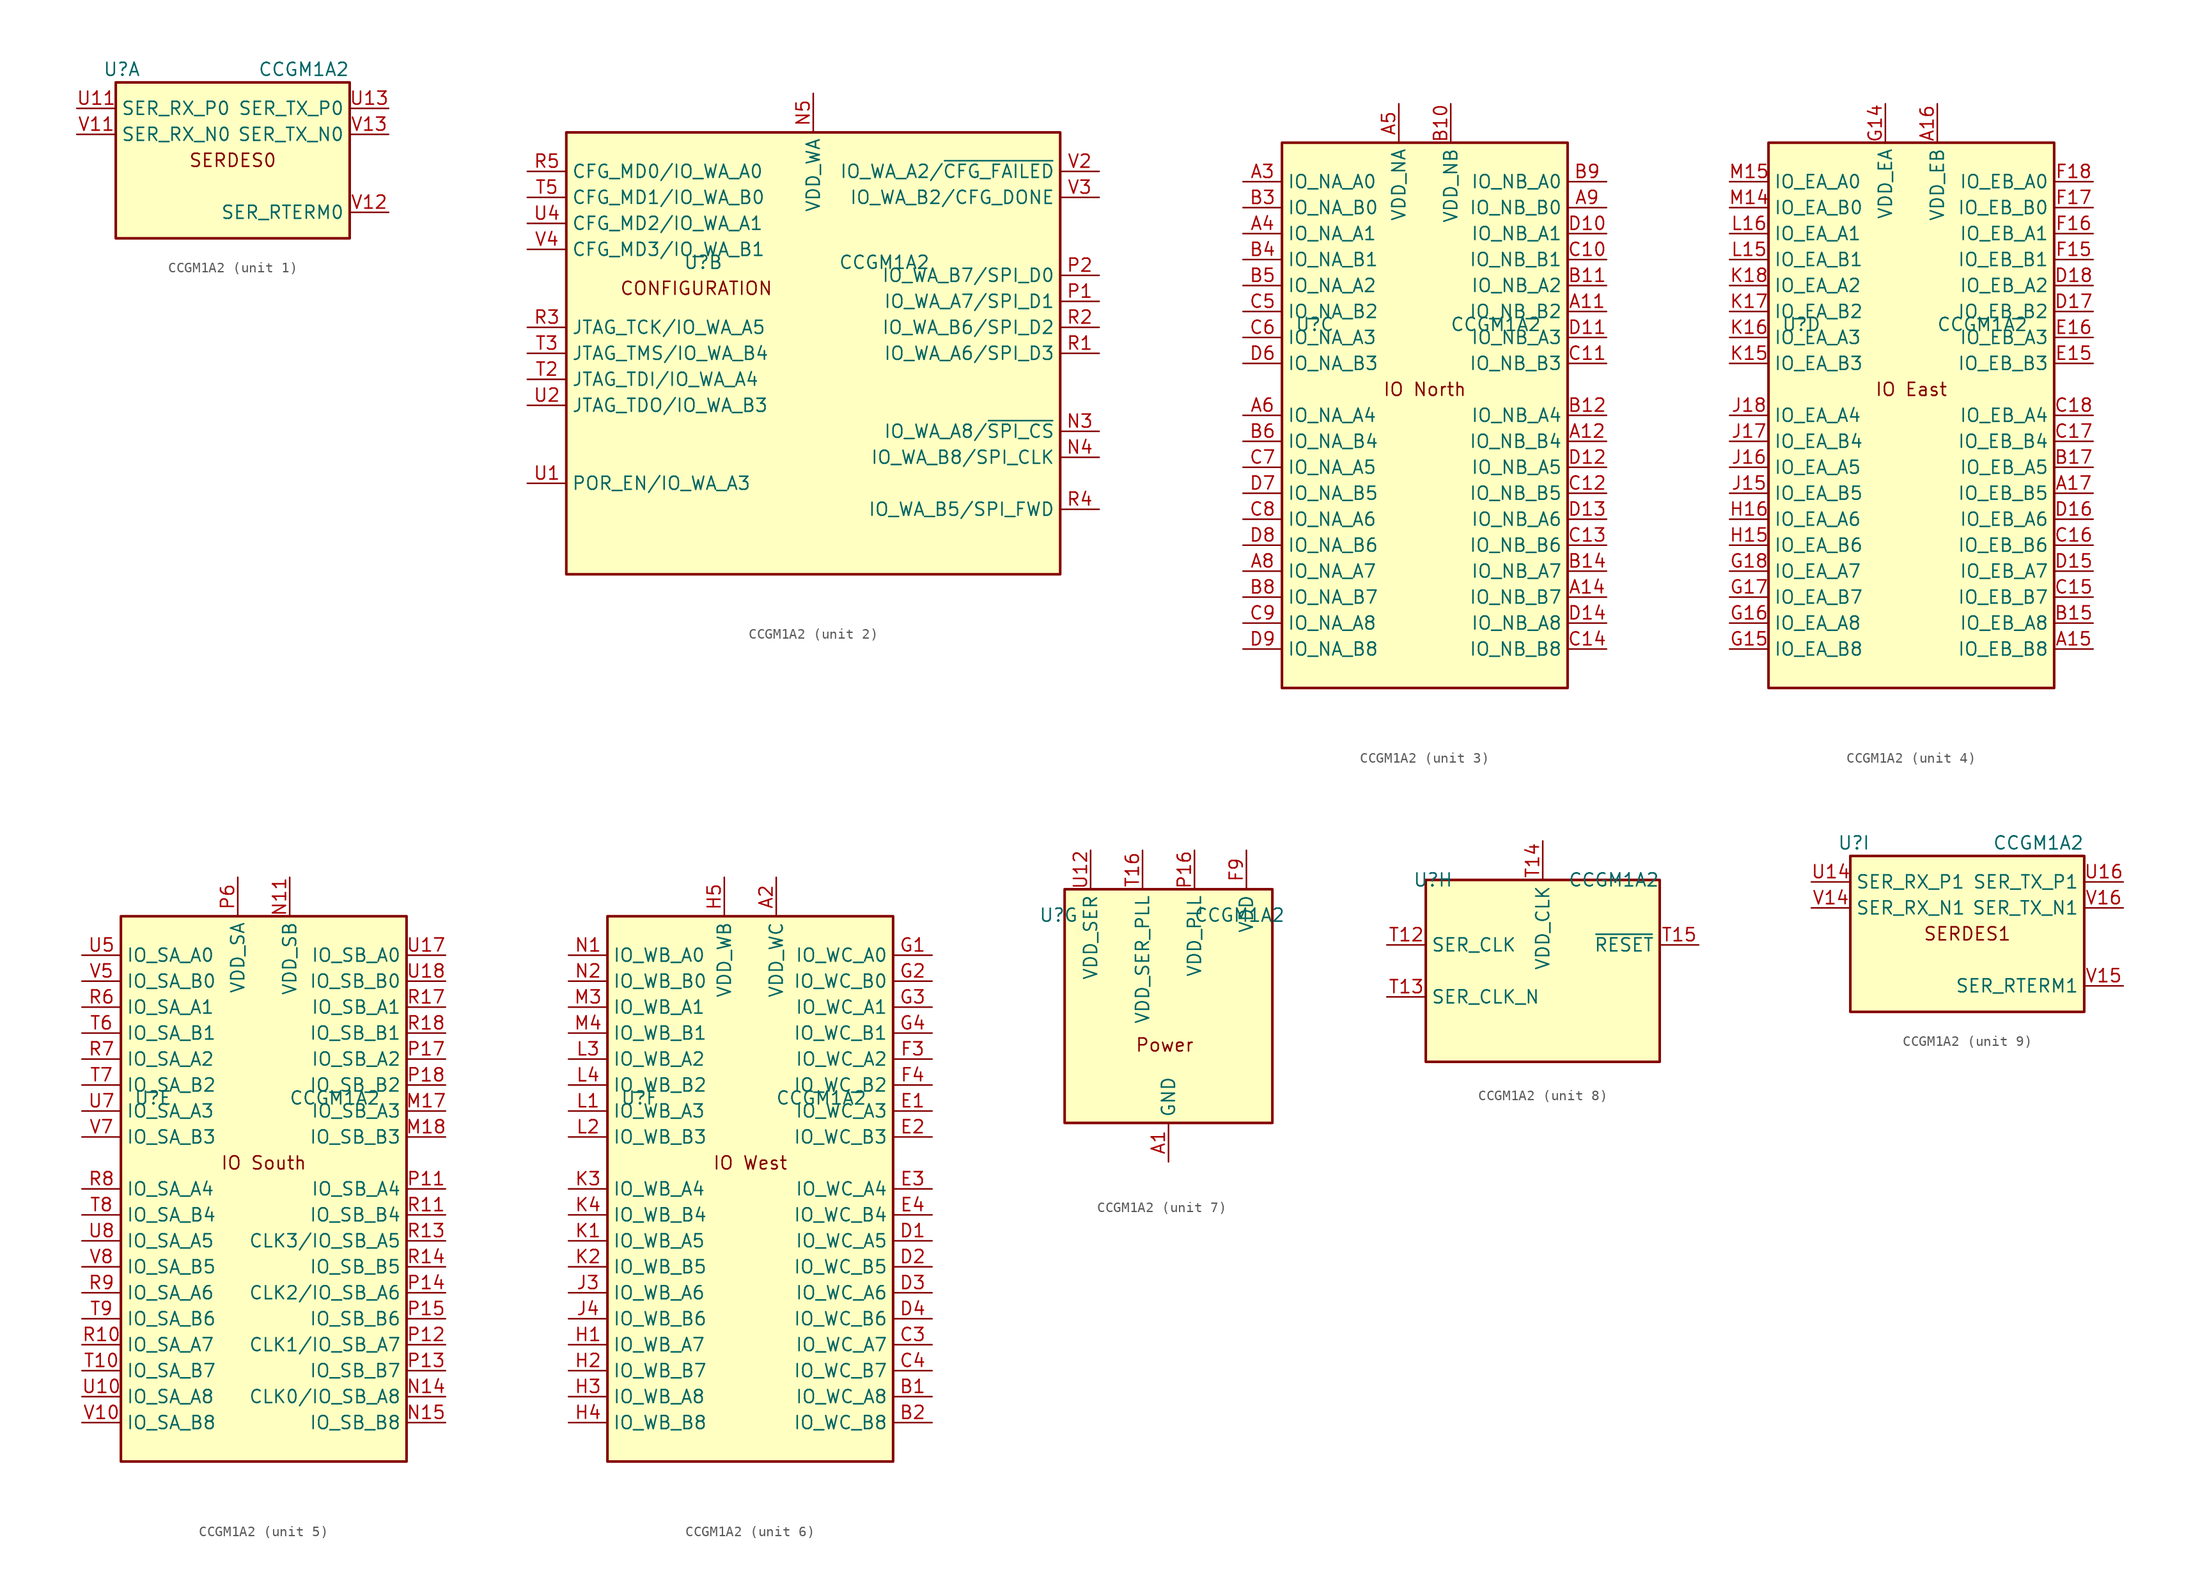
<source format=kicad_sym>
(kicad_symbol_lib
  (version 20231120)
  (generator "kicad_symbol_editor")
  (generator_version "8.0")
  (symbol "CCGM1A2"
    (property "Reference" "U"
      (at -12.7 8.89 0)
      (effects (font (size 1.27 1.27)) (justify left)))
    (property "Value" "CCGM1A2"
      (at 11.43 8.89 0)
      (effects (font (size 1.27 1.27)) (justify right)))
    (property "ki_locked" ""
      (at 0 0 0)
      (effects (font (size 1.27 1.27))))
    (symbol "CCGM1A2_1_1"
      (rectangle (start -11.43 7.62) (end 11.43 -7.62) (stroke (width 0.254) (type default)) (fill (type background)))
      (text "SERDES0" (at 0 0 0) (effects (font (size 1.27 1.27))))
      (pin input line (at -15.24 5.08 0) (length 3.81) (name "SER_RX_P0" (effects (font (size 1.27 1.27)))) (number "U11" (effects (font (size 1.27 1.27)))))
      (pin output line (at 15.24 5.08 180) (length 3.81) (name "SER_TX_P0" (effects (font (size 1.27 1.27)))) (number "U13" (effects (font (size 1.27 1.27)))))
      (pin input line (at -15.24 2.54 0) (length 3.81) (name "SER_RX_N0" (effects (font (size 1.27 1.27)))) (number "V11" (effects (font (size 1.27 1.27)))))
      (pin passive line (at 15.24 -5.08 180) (length 3.81) (name "SER_RTERM0" (effects (font (size 1.27 1.27)))) (number "V12" (effects (font (size 1.27 1.27)))))
      (pin output line (at 15.24 2.54 180) (length 3.81) (name "SER_TX_N0" (effects (font (size 1.27 1.27)))) (number "V13" (effects (font (size 1.27 1.27))))))
    (symbol "CCGM1A2_2_1"
      (rectangle (start 24.13 21.59) (end -24.13 -21.59) (stroke (width 0.254) (type default)) (fill (type background)))
      (text "CONFIGURATION" (at -11.43 6.35 0) (effects (font (size 1.27 1.27))))
      (pin bidirectional line (at 27.94 -7.62 180) (length 3.81) (name "IO_WA_A8/~{SPI_CS}" (effects (font (size 1.27 1.27)))) (number "N3" (effects (font (size 1.27 1.27)))))
      (pin bidirectional line (at 27.94 -10.16 180) (length 3.81) (name "IO_WA_B8/SPI_CLK" (effects (font (size 1.27 1.27)))) (number "N4" (effects (font (size 1.27 1.27)))))
      (pin power_in line (at 0 25.4 270) (length 3.81) (name "VDD_WA" (effects (font (size 1.27 1.27)))) (number "N5" (effects (font (size 1.27 1.27)))))
      (pin bidirectional line (at 27.94 5.08 180) (length 3.81) (name "IO_WA_A7/SPI_D1" (effects (font (size 1.27 1.27)))) (number "P1" (effects (font (size 1.27 1.27)))))
      (pin bidirectional line (at 27.94 7.62 180) (length 3.81) (name "IO_WA_B7/SPI_D0" (effects (font (size 1.27 1.27)))) (number "P2" (effects (font (size 1.27 1.27)))))
      (pin passive line (at 0 25.4 270) (length 3.81) hide (name "VDD_WA" (effects (font (size 1.27 1.27)))) (number "P3" (effects (font (size 1.27 1.27)))))
      (pin passive line (at 0 25.4 270) (length 3.81) hide (name "VDD_WA" (effects (font (size 1.27 1.27)))) (number "P5" (effects (font (size 1.27 1.27)))))
      (pin bidirectional line (at 27.94 0 180) (length 3.81) (name "IO_WA_A6/SPI_D3" (effects (font (size 1.27 1.27)))) (number "R1" (effects (font (size 1.27 1.27)))))
      (pin bidirectional line (at 27.94 2.54 180) (length 3.81) (name "IO_WA_B6/SPI_D2" (effects (font (size 1.27 1.27)))) (number "R2" (effects (font (size 1.27 1.27)))))
      (pin bidirectional line (at -27.94 2.54 0) (length 3.81) (name "JTAG_TCK/IO_WA_A5" (effects (font (size 1.27 1.27)))) (number "R3" (effects (font (size 1.27 1.27)))))
      (pin bidirectional line (at 27.94 -15.24 180) (length 3.81) (name "IO_WA_B5/SPI_FWD" (effects (font (size 1.27 1.27)))) (number "R4" (effects (font (size 1.27 1.27)))))
      (pin bidirectional line (at -27.94 17.78 0) (length 3.81) (name "CFG_MD0/IO_WA_A0" (effects (font (size 1.27 1.27)))) (number "R5" (effects (font (size 1.27 1.27)))))
      (pin passive line (at 0 25.4 270) (length 3.81) hide (name "VDD_WA" (effects (font (size 1.27 1.27)))) (number "T1" (effects (font (size 1.27 1.27)))))
      (pin bidirectional line (at -27.94 -2.54 0) (length 3.81) (name "JTAG_TDI/IO_WA_A4" (effects (font (size 1.27 1.27)))) (number "T2" (effects (font (size 1.27 1.27)))))
      (pin bidirectional line (at -27.94 0 0) (length 3.81) (name "JTAG_TMS/IO_WA_B4" (effects (font (size 1.27 1.27)))) (number "T3" (effects (font (size 1.27 1.27)))))
      (pin bidirectional line (at -27.94 15.24 0) (length 3.81) (name "CFG_MD1/IO_WA_B0" (effects (font (size 1.27 1.27)))) (number "T5" (effects (font (size 1.27 1.27)))))
      (pin bidirectional line (at -27.94 -12.7 0) (length 3.81) (name "POR_EN/IO_WA_A3" (effects (font (size 1.27 1.27)))) (number "U1" (effects (font (size 1.27 1.27)))))
      (pin bidirectional line (at -27.94 -5.08 0) (length 3.81) (name "JTAG_TDO/IO_WA_B3" (effects (font (size 1.27 1.27)))) (number "U2" (effects (font (size 1.27 1.27)))))
      (pin passive line (at 0 25.4 270) (length 3.81) hide (name "VDD_WA" (effects (font (size 1.27 1.27)))) (number "U3" (effects (font (size 1.27 1.27)))))
      (pin bidirectional line (at -27.94 12.7 0) (length 3.81) (name "CFG_MD2/IO_WA_A1" (effects (font (size 1.27 1.27)))) (number "U4" (effects (font (size 1.27 1.27)))))
      (pin bidirectional line (at 27.94 17.78 180) (length 3.81) (name "IO_WA_A2/~{CFG_FAILED}" (effects (font (size 1.27 1.27)))) (number "V2" (effects (font (size 1.27 1.27)))))
      (pin bidirectional line (at 27.94 15.24 180) (length 3.81) (name "IO_WA_B2/CFG_DONE" (effects (font (size 1.27 1.27)))) (number "V3" (effects (font (size 1.27 1.27)))))
      (pin bidirectional line (at -27.94 10.16 0) (length 3.81) (name "CFG_MD3/IO_WA_B1" (effects (font (size 1.27 1.27)))) (number "V4" (effects (font (size 1.27 1.27))))))
    (symbol "CCGM1A2_3_1"
      (rectangle (start -13.97 -26.67) (end 13.97 26.67) (stroke (width 0.254) (type default)) (fill (type background)))
      (text "IO North" (at 0 2.54 0) (effects (font (size 1.27 1.27))))
      (pin bidirectional line (at 17.78 10.16 180) (length 3.81) (name "IO_NB_B2" (effects (font (size 1.27 1.27)))) (number "A11" (effects (font (size 1.27 1.27)))))
      (pin bidirectional line (at 17.78 -2.54 180) (length 3.81) (name "IO_NB_B4" (effects (font (size 1.27 1.27)))) (number "A12" (effects (font (size 1.27 1.27)))))
      (pin bidirectional line (at 17.78 -17.78 180) (length 3.81) (name "IO_NB_B7" (effects (font (size 1.27 1.27)))) (number "A14" (effects (font (size 1.27 1.27)))))
      (pin bidirectional line (at -17.78 22.86 0) (length 3.81) (name "IO_NA_A0" (effects (font (size 1.27 1.27)))) (number "A3" (effects (font (size 1.27 1.27)))))
      (pin bidirectional line (at -17.78 17.78 0) (length 3.81) (name "IO_NA_A1" (effects (font (size 1.27 1.27)))) (number "A4" (effects (font (size 1.27 1.27)))))
      (pin power_in line (at -2.54 30.48 270) (length 3.81) (name "VDD_NA" (effects (font (size 1.27 1.27)))) (number "A5" (effects (font (size 1.27 1.27)))))
      (pin bidirectional line (at -17.78 0 0) (length 3.81) (name "IO_NA_A4" (effects (font (size 1.27 1.27)))) (number "A6" (effects (font (size 1.27 1.27)))))
      (pin bidirectional line (at -17.78 -15.24 0) (length 3.81) (name "IO_NA_A7" (effects (font (size 1.27 1.27)))) (number "A8" (effects (font (size 1.27 1.27)))))
      (pin bidirectional line (at 17.78 20.32 180) (length 3.81) (name "IO_NB_B0" (effects (font (size 1.27 1.27)))) (number "A9" (effects (font (size 1.27 1.27)))))
      (pin power_in line (at 2.54 30.48 270) (length 3.81) (name "VDD_NB" (effects (font (size 1.27 1.27)))) (number "B10" (effects (font (size 1.27 1.27)))))
      (pin bidirectional line (at 17.78 12.7 180) (length 3.81) (name "IO_NB_A2" (effects (font (size 1.27 1.27)))) (number "B11" (effects (font (size 1.27 1.27)))))
      (pin bidirectional line (at 17.78 0 180) (length 3.81) (name "IO_NB_A4" (effects (font (size 1.27 1.27)))) (number "B12" (effects (font (size 1.27 1.27)))))
      (pin passive line (at 2.54 30.48 270) (length 3.81) hide (name "VDD_NB" (effects (font (size 1.27 1.27)))) (number "B13" (effects (font (size 1.27 1.27)))))
      (pin bidirectional line (at 17.78 -15.24 180) (length 3.81) (name "IO_NB_A7" (effects (font (size 1.27 1.27)))) (number "B14" (effects (font (size 1.27 1.27)))))
      (pin bidirectional line (at -17.78 20.32 0) (length 3.81) (name "IO_NA_B0" (effects (font (size 1.27 1.27)))) (number "B3" (effects (font (size 1.27 1.27)))))
      (pin bidirectional line (at -17.78 15.24 0) (length 3.81) (name "IO_NA_B1" (effects (font (size 1.27 1.27)))) (number "B4" (effects (font (size 1.27 1.27)))))
      (pin bidirectional line (at -17.78 12.7 0) (length 3.81) (name "IO_NA_A2" (effects (font (size 1.27 1.27)))) (number "B5" (effects (font (size 1.27 1.27)))))
      (pin bidirectional line (at -17.78 -2.54 0) (length 3.81) (name "IO_NA_B4" (effects (font (size 1.27 1.27)))) (number "B6" (effects (font (size 1.27 1.27)))))
      (pin passive line (at -2.54 30.48 270) (length 3.81) hide (name "VDD_NA" (effects (font (size 1.27 1.27)))) (number "B7" (effects (font (size 1.27 1.27)))))
      (pin bidirectional line (at -17.78 -17.78 0) (length 3.81) (name "IO_NA_B7" (effects (font (size 1.27 1.27)))) (number "B8" (effects (font (size 1.27 1.27)))))
      (pin bidirectional line (at 17.78 22.86 180) (length 3.81) (name "IO_NB_A0" (effects (font (size 1.27 1.27)))) (number "B9" (effects (font (size 1.27 1.27)))))
      (pin bidirectional line (at 17.78 15.24 180) (length 3.81) (name "IO_NB_B1" (effects (font (size 1.27 1.27)))) (number "C10" (effects (font (size 1.27 1.27)))))
      (pin bidirectional line (at 17.78 5.08 180) (length 3.81) (name "IO_NB_B3" (effects (font (size 1.27 1.27)))) (number "C11" (effects (font (size 1.27 1.27)))))
      (pin bidirectional line (at 17.78 -7.62 180) (length 3.81) (name "IO_NB_B5" (effects (font (size 1.27 1.27)))) (number "C12" (effects (font (size 1.27 1.27)))))
      (pin bidirectional line (at 17.78 -12.7 180) (length 3.81) (name "IO_NB_B6" (effects (font (size 1.27 1.27)))) (number "C13" (effects (font (size 1.27 1.27)))))
      (pin bidirectional line (at 17.78 -22.86 180) (length 3.81) (name "IO_NB_B8" (effects (font (size 1.27 1.27)))) (number "C14" (effects (font (size 1.27 1.27)))))
      (pin bidirectional line (at -17.78 10.16 0) (length 3.81) (name "IO_NA_B2" (effects (font (size 1.27 1.27)))) (number "C5" (effects (font (size 1.27 1.27)))))
      (pin bidirectional line (at -17.78 7.62 0) (length 3.81) (name "IO_NA_A3" (effects (font (size 1.27 1.27)))) (number "C6" (effects (font (size 1.27 1.27)))))
      (pin bidirectional line (at -17.78 -5.08 0) (length 3.81) (name "IO_NA_A5" (effects (font (size 1.27 1.27)))) (number "C7" (effects (font (size 1.27 1.27)))))
      (pin bidirectional line (at -17.78 -10.16 0) (length 3.81) (name "IO_NA_A6" (effects (font (size 1.27 1.27)))) (number "C8" (effects (font (size 1.27 1.27)))))
      (pin bidirectional line (at -17.78 -20.32 0) (length 3.81) (name "IO_NA_A8" (effects (font (size 1.27 1.27)))) (number "C9" (effects (font (size 1.27 1.27)))))
      (pin bidirectional line (at 17.78 17.78 180) (length 3.81) (name "IO_NB_A1" (effects (font (size 1.27 1.27)))) (number "D10" (effects (font (size 1.27 1.27)))))
      (pin bidirectional line (at 17.78 7.62 180) (length 3.81) (name "IO_NB_A3" (effects (font (size 1.27 1.27)))) (number "D11" (effects (font (size 1.27 1.27)))))
      (pin bidirectional line (at 17.78 -5.08 180) (length 3.81) (name "IO_NB_A5" (effects (font (size 1.27 1.27)))) (number "D12" (effects (font (size 1.27 1.27)))))
      (pin bidirectional line (at 17.78 -10.16 180) (length 3.81) (name "IO_NB_A6" (effects (font (size 1.27 1.27)))) (number "D13" (effects (font (size 1.27 1.27)))))
      (pin bidirectional line (at 17.78 -20.32 180) (length 3.81) (name "IO_NB_A8" (effects (font (size 1.27 1.27)))) (number "D14" (effects (font (size 1.27 1.27)))))
      (pin bidirectional line (at -17.78 5.08 0) (length 3.81) (name "IO_NA_B3" (effects (font (size 1.27 1.27)))) (number "D6" (effects (font (size 1.27 1.27)))))
      (pin bidirectional line (at -17.78 -7.62 0) (length 3.81) (name "IO_NA_B5" (effects (font (size 1.27 1.27)))) (number "D7" (effects (font (size 1.27 1.27)))))
      (pin bidirectional line (at -17.78 -12.7 0) (length 3.81) (name "IO_NA_B6" (effects (font (size 1.27 1.27)))) (number "D8" (effects (font (size 1.27 1.27)))))
      (pin bidirectional line (at -17.78 -22.86 0) (length 3.81) (name "IO_NA_B8" (effects (font (size 1.27 1.27)))) (number "D9" (effects (font (size 1.27 1.27)))))
      (pin passive line (at 2.54 30.48 270) (length 3.81) hide (name "VDD_NB" (effects (font (size 1.27 1.27)))) (number "E10" (effects (font (size 1.27 1.27)))))
      (pin passive line (at 2.54 30.48 270) (length 3.81) hide (name "VDD_NB" (effects (font (size 1.27 1.27)))) (number "E12" (effects (font (size 1.27 1.27)))))
      (pin passive line (at -2.54 30.48 270) (length 3.81) hide (name "VDD_NA" (effects (font (size 1.27 1.27)))) (number "E6" (effects (font (size 1.27 1.27)))))
      (pin passive line (at -2.54 30.48 270) (length 3.81) hide (name "VDD_NA" (effects (font (size 1.27 1.27)))) (number "E8" (effects (font (size 1.27 1.27)))))
      (pin passive line (at 2.54 30.48 270) (length 3.81) hide (name "VDD_NB" (effects (font (size 1.27 1.27)))) (number "F11" (effects (font (size 1.27 1.27)))))
      (pin passive line (at -2.54 30.48 270) (length 3.81) hide (name "VDD_NA" (effects (font (size 1.27 1.27)))) (number "F7" (effects (font (size 1.27 1.27))))))
    (symbol "CCGM1A2_4_1"
      (rectangle (start -13.97 -26.67) (end 13.97 26.67) (stroke (width 0.254) (type default)) (fill (type background)))
      (text "IO East" (at 0 2.54 0) (effects (font (size 1.27 1.27))))
      (pin bidirectional line (at 17.78 -22.86 180) (length 3.81) (name "IO_EB_B8" (effects (font (size 1.27 1.27)))) (number "A15" (effects (font (size 1.27 1.27)))))
      (pin power_in line (at 2.54 30.48 270) (length 3.81) (name "VDD_EB" (effects (font (size 1.27 1.27)))) (number "A16" (effects (font (size 1.27 1.27)))))
      (pin bidirectional line (at 17.78 -7.62 180) (length 3.81) (name "IO_EB_B5" (effects (font (size 1.27 1.27)))) (number "A17" (effects (font (size 1.27 1.27)))))
      (pin bidirectional line (at 17.78 -20.32 180) (length 3.81) (name "IO_EB_A8" (effects (font (size 1.27 1.27)))) (number "B15" (effects (font (size 1.27 1.27)))))
      (pin bidirectional line (at 17.78 -5.08 180) (length 3.81) (name "IO_EB_A5" (effects (font (size 1.27 1.27)))) (number "B17" (effects (font (size 1.27 1.27)))))
      (pin passive line (at 2.54 30.48 270) (length 3.81) hide (name "VDD_EB" (effects (font (size 1.27 1.27)))) (number "B18" (effects (font (size 1.27 1.27)))))
      (pin bidirectional line (at 17.78 -17.78 180) (length 3.81) (name "IO_EB_B7" (effects (font (size 1.27 1.27)))) (number "C15" (effects (font (size 1.27 1.27)))))
      (pin bidirectional line (at 17.78 -12.7 180) (length 3.81) (name "IO_EB_B6" (effects (font (size 1.27 1.27)))) (number "C16" (effects (font (size 1.27 1.27)))))
      (pin bidirectional line (at 17.78 -2.54 180) (length 3.81) (name "IO_EB_B4" (effects (font (size 1.27 1.27)))) (number "C17" (effects (font (size 1.27 1.27)))))
      (pin bidirectional line (at 17.78 0 180) (length 3.81) (name "IO_EB_A4" (effects (font (size 1.27 1.27)))) (number "C18" (effects (font (size 1.27 1.27)))))
      (pin bidirectional line (at 17.78 -15.24 180) (length 3.81) (name "IO_EB_A7" (effects (font (size 1.27 1.27)))) (number "D15" (effects (font (size 1.27 1.27)))))
      (pin bidirectional line (at 17.78 -10.16 180) (length 3.81) (name "IO_EB_A6" (effects (font (size 1.27 1.27)))) (number "D16" (effects (font (size 1.27 1.27)))))
      (pin bidirectional line (at 17.78 10.16 180) (length 3.81) (name "IO_EB_B2" (effects (font (size 1.27 1.27)))) (number "D17" (effects (font (size 1.27 1.27)))))
      (pin bidirectional line (at 17.78 12.7 180) (length 3.81) (name "IO_EB_A2" (effects (font (size 1.27 1.27)))) (number "D18" (effects (font (size 1.27 1.27)))))
      (pin passive line (at 2.54 30.48 270) (length 3.81) hide (name "VDD_EB" (effects (font (size 1.27 1.27)))) (number "E14" (effects (font (size 1.27 1.27)))))
      (pin bidirectional line (at 17.78 5.08 180) (length 3.81) (name "IO_EB_B3" (effects (font (size 1.27 1.27)))) (number "E15" (effects (font (size 1.27 1.27)))))
      (pin bidirectional line (at 17.78 7.62 180) (length 3.81) (name "IO_EB_A3" (effects (font (size 1.27 1.27)))) (number "E16" (effects (font (size 1.27 1.27)))))
      (pin passive line (at 2.54 30.48 270) (length 3.81) hide (name "VDD_EB" (effects (font (size 1.27 1.27)))) (number "E17" (effects (font (size 1.27 1.27)))))
      (pin passive line (at 2.54 30.48 270) (length 3.81) hide (name "VDD_EB" (effects (font (size 1.27 1.27)))) (number "F13" (effects (font (size 1.27 1.27)))))
      (pin bidirectional line (at 17.78 15.24 180) (length 3.81) (name "IO_EB_B1" (effects (font (size 1.27 1.27)))) (number "F15" (effects (font (size 1.27 1.27)))))
      (pin bidirectional line (at 17.78 17.78 180) (length 3.81) (name "IO_EB_A1" (effects (font (size 1.27 1.27)))) (number "F16" (effects (font (size 1.27 1.27)))))
      (pin bidirectional line (at 17.78 20.32 180) (length 3.81) (name "IO_EB_B0" (effects (font (size 1.27 1.27)))) (number "F17" (effects (font (size 1.27 1.27)))))
      (pin bidirectional line (at 17.78 22.86 180) (length 3.81) (name "IO_EB_A0" (effects (font (size 1.27 1.27)))) (number "F18" (effects (font (size 1.27 1.27)))))
      (pin power_in line (at -2.54 30.48 270) (length 3.81) (name "VDD_EA" (effects (font (size 1.27 1.27)))) (number "G14" (effects (font (size 1.27 1.27)))))
      (pin bidirectional line (at -17.78 -22.86 0) (length 3.81) (name "IO_EA_B8" (effects (font (size 1.27 1.27)))) (number "G15" (effects (font (size 1.27 1.27)))))
      (pin bidirectional line (at -17.78 -20.32 0) (length 3.81) (name "IO_EA_A8" (effects (font (size 1.27 1.27)))) (number "G16" (effects (font (size 1.27 1.27)))))
      (pin bidirectional line (at -17.78 -17.78 0) (length 3.81) (name "IO_EA_B7" (effects (font (size 1.27 1.27)))) (number "G17" (effects (font (size 1.27 1.27)))))
      (pin bidirectional line (at -17.78 -15.24 0) (length 3.81) (name "IO_EA_A7" (effects (font (size 1.27 1.27)))) (number "G18" (effects (font (size 1.27 1.27)))))
      (pin bidirectional line (at -17.78 -12.7 0) (length 3.81) (name "IO_EA_B6" (effects (font (size 1.27 1.27)))) (number "H15" (effects (font (size 1.27 1.27)))))
      (pin bidirectional line (at -17.78 -10.16 0) (length 3.81) (name "IO_EA_A6" (effects (font (size 1.27 1.27)))) (number "H16" (effects (font (size 1.27 1.27)))))
      (pin passive line (at -2.54 30.48 270) (length 3.81) hide (name "VDD_EA" (effects (font (size 1.27 1.27)))) (number "H17" (effects (font (size 1.27 1.27)))))
      (pin passive line (at -2.54 30.48 270) (length 3.81) hide (name "VDD_EA" (effects (font (size 1.27 1.27)))) (number "J14" (effects (font (size 1.27 1.27)))))
      (pin bidirectional line (at -17.78 -7.62 0) (length 3.81) (name "IO_EA_B5" (effects (font (size 1.27 1.27)))) (number "J15" (effects (font (size 1.27 1.27)))))
      (pin bidirectional line (at -17.78 -5.08 0) (length 3.81) (name "IO_EA_A5" (effects (font (size 1.27 1.27)))) (number "J16" (effects (font (size 1.27 1.27)))))
      (pin bidirectional line (at -17.78 -2.54 0) (length 3.81) (name "IO_EA_B4" (effects (font (size 1.27 1.27)))) (number "J17" (effects (font (size 1.27 1.27)))))
      (pin bidirectional line (at -17.78 0 0) (length 3.81) (name "IO_EA_A4" (effects (font (size 1.27 1.27)))) (number "J18" (effects (font (size 1.27 1.27)))))
      (pin bidirectional line (at -17.78 5.08 0) (length 3.81) (name "IO_EA_B3" (effects (font (size 1.27 1.27)))) (number "K15" (effects (font (size 1.27 1.27)))))
      (pin bidirectional line (at -17.78 7.62 0) (length 3.81) (name "IO_EA_A3" (effects (font (size 1.27 1.27)))) (number "K16" (effects (font (size 1.27 1.27)))))
      (pin bidirectional line (at -17.78 10.16 0) (length 3.81) (name "IO_EA_B2" (effects (font (size 1.27 1.27)))) (number "K17" (effects (font (size 1.27 1.27)))))
      (pin bidirectional line (at -17.78 12.7 0) (length 3.81) (name "IO_EA_A2" (effects (font (size 1.27 1.27)))) (number "K18" (effects (font (size 1.27 1.27)))))
      (pin passive line (at -2.54 30.48 270) (length 3.81) hide (name "VDD_EA" (effects (font (size 1.27 1.27)))) (number "L14" (effects (font (size 1.27 1.27)))))
      (pin bidirectional line (at -17.78 15.24 0) (length 3.81) (name "IO_EA_B1" (effects (font (size 1.27 1.27)))) (number "L15" (effects (font (size 1.27 1.27)))))
      (pin bidirectional line (at -17.78 17.78 0) (length 3.81) (name "IO_EA_A1" (effects (font (size 1.27 1.27)))) (number "L16" (effects (font (size 1.27 1.27)))))
      (pin passive line (at -2.54 30.48 270) (length 3.81) hide (name "VDD_EA" (effects (font (size 1.27 1.27)))) (number "L17" (effects (font (size 1.27 1.27)))))
      (pin bidirectional line (at -17.78 20.32 0) (length 3.81) (name "IO_EA_B0" (effects (font (size 1.27 1.27)))) (number "M14" (effects (font (size 1.27 1.27)))))
      (pin bidirectional line (at -17.78 22.86 0) (length 3.81) (name "IO_EA_A0" (effects (font (size 1.27 1.27)))) (number "M15" (effects (font (size 1.27 1.27))))))
    (symbol "CCGM1A2_5_1"
      (rectangle (start -13.97 -26.67) (end 13.97 26.67) (stroke (width 0.254) (type default)) (fill (type background)))
      (text "IO South" (at 0 2.54 0) (effects (font (size 1.27 1.27))))
      (pin bidirectional line (at 17.78 7.62 180) (length 3.81) (name "IO_SB_A3" (effects (font (size 1.27 1.27)))) (number "M17" (effects (font (size 1.27 1.27)))))
      (pin bidirectional line (at 17.78 5.08 180) (length 3.81) (name "IO_SB_B3" (effects (font (size 1.27 1.27)))) (number "M18" (effects (font (size 1.27 1.27)))))
      (pin power_in line (at 2.54 30.48 270) (length 3.81) (name "VDD_SB" (effects (font (size 1.27 1.27)))) (number "N11" (effects (font (size 1.27 1.27)))))
      (pin passive line (at 2.54 30.48 270) (length 3.81) hide (name "VDD_SB" (effects (font (size 1.27 1.27)))) (number "N13" (effects (font (size 1.27 1.27)))))
      (pin bidirectional line (at 17.78 -20.32 180) (length 3.81) (name "CLK0/IO_SB_A8" (effects (font (size 1.27 1.27)))) (number "N14" (effects (font (size 1.27 1.27)))))
      (pin bidirectional line (at 17.78 -22.86 180) (length 3.81) (name "IO_SB_B8" (effects (font (size 1.27 1.27)))) (number "N15" (effects (font (size 1.27 1.27)))))
      (pin passive line (at 2.54 30.48 270) (length 3.81) hide (name "VDD_SB" (effects (font (size 1.27 1.27)))) (number "N18" (effects (font (size 1.27 1.27)))))
      (pin passive line (at -2.54 30.48 270) (length 3.81) hide (name "VDD_SA" (effects (font (size 1.27 1.27)))) (number "P10" (effects (font (size 1.27 1.27)))))
      (pin bidirectional line (at 17.78 0 180) (length 3.81) (name "IO_SB_A4" (effects (font (size 1.27 1.27)))) (number "P11" (effects (font (size 1.27 1.27)))))
      (pin bidirectional line (at 17.78 -15.24 180) (length 3.81) (name "CLK1/IO_SB_A7" (effects (font (size 1.27 1.27)))) (number "P12" (effects (font (size 1.27 1.27)))))
      (pin bidirectional line (at 17.78 -17.78 180) (length 3.81) (name "IO_SB_B7" (effects (font (size 1.27 1.27)))) (number "P13" (effects (font (size 1.27 1.27)))))
      (pin bidirectional line (at 17.78 -10.16 180) (length 3.81) (name "CLK2/IO_SB_A6" (effects (font (size 1.27 1.27)))) (number "P14" (effects (font (size 1.27 1.27)))))
      (pin bidirectional line (at 17.78 -12.7 180) (length 3.81) (name "IO_SB_B6" (effects (font (size 1.27 1.27)))) (number "P15" (effects (font (size 1.27 1.27)))))
      (pin bidirectional line (at 17.78 12.7 180) (length 3.81) (name "IO_SB_A2" (effects (font (size 1.27 1.27)))) (number "P17" (effects (font (size 1.27 1.27)))))
      (pin bidirectional line (at 17.78 10.16 180) (length 3.81) (name "IO_SB_B2" (effects (font (size 1.27 1.27)))) (number "P18" (effects (font (size 1.27 1.27)))))
      (pin power_in line (at -2.54 30.48 270) (length 3.81) (name "VDD_SA" (effects (font (size 1.27 1.27)))) (number "P6" (effects (font (size 1.27 1.27)))))
      (pin passive line (at -2.54 30.48 270) (length 3.81) hide (name "VDD_SA" (effects (font (size 1.27 1.27)))) (number "P8" (effects (font (size 1.27 1.27)))))
      (pin bidirectional line (at -17.78 -15.24 0) (length 3.81) (name "IO_SA_A7" (effects (font (size 1.27 1.27)))) (number "R10" (effects (font (size 1.27 1.27)))))
      (pin bidirectional line (at 17.78 -2.54 180) (length 3.81) (name "IO_SB_B4" (effects (font (size 1.27 1.27)))) (number "R11" (effects (font (size 1.27 1.27)))))
      (pin bidirectional line (at 17.78 -5.08 180) (length 3.81) (name "CLK3/IO_SB_A5" (effects (font (size 1.27 1.27)))) (number "R13" (effects (font (size 1.27 1.27)))))
      (pin bidirectional line (at 17.78 -7.62 180) (length 3.81) (name "IO_SB_B5" (effects (font (size 1.27 1.27)))) (number "R14" (effects (font (size 1.27 1.27)))))
      (pin passive line (at 2.54 30.48 270) (length 3.81) hide (name "VDD_SB" (effects (font (size 1.27 1.27)))) (number "R15" (effects (font (size 1.27 1.27)))))
      (pin bidirectional line (at 17.78 17.78 180) (length 3.81) (name "IO_SB_A1" (effects (font (size 1.27 1.27)))) (number "R17" (effects (font (size 1.27 1.27)))))
      (pin bidirectional line (at 17.78 15.24 180) (length 3.81) (name "IO_SB_B1" (effects (font (size 1.27 1.27)))) (number "R18" (effects (font (size 1.27 1.27)))))
      (pin bidirectional line (at -17.78 17.78 0) (length 3.81) (name "IO_SA_A1" (effects (font (size 1.27 1.27)))) (number "R6" (effects (font (size 1.27 1.27)))))
      (pin bidirectional line (at -17.78 12.7 0) (length 3.81) (name "IO_SA_A2" (effects (font (size 1.27 1.27)))) (number "R7" (effects (font (size 1.27 1.27)))))
      (pin bidirectional line (at -17.78 0 0) (length 3.81) (name "IO_SA_A4" (effects (font (size 1.27 1.27)))) (number "R8" (effects (font (size 1.27 1.27)))))
      (pin bidirectional line (at -17.78 -10.16 0) (length 3.81) (name "IO_SA_A6" (effects (font (size 1.27 1.27)))) (number "R9" (effects (font (size 1.27 1.27)))))
      (pin bidirectional line (at -17.78 -17.78 0) (length 3.81) (name "IO_SA_B7" (effects (font (size 1.27 1.27)))) (number "T10" (effects (font (size 1.27 1.27)))))
      (pin passive line (at 2.54 30.48 270) (length 3.81) hide (name "VDD_SB" (effects (font (size 1.27 1.27)))) (number "T18" (effects (font (size 1.27 1.27)))))
      (pin bidirectional line (at -17.78 15.24 0) (length 3.81) (name "IO_SA_B1" (effects (font (size 1.27 1.27)))) (number "T6" (effects (font (size 1.27 1.27)))))
      (pin bidirectional line (at -17.78 10.16 0) (length 3.81) (name "IO_SA_B2" (effects (font (size 1.27 1.27)))) (number "T7" (effects (font (size 1.27 1.27)))))
      (pin bidirectional line (at -17.78 -2.54 0) (length 3.81) (name "IO_SA_B4" (effects (font (size 1.27 1.27)))) (number "T8" (effects (font (size 1.27 1.27)))))
      (pin bidirectional line (at -17.78 -12.7 0) (length 3.81) (name "IO_SA_B6" (effects (font (size 1.27 1.27)))) (number "T9" (effects (font (size 1.27 1.27)))))
      (pin bidirectional line (at -17.78 -20.32 0) (length 3.81) (name "IO_SA_A8" (effects (font (size 1.27 1.27)))) (number "U10" (effects (font (size 1.27 1.27)))))
      (pin bidirectional line (at 17.78 22.86 180) (length 3.81) (name "IO_SB_A0" (effects (font (size 1.27 1.27)))) (number "U17" (effects (font (size 1.27 1.27)))))
      (pin bidirectional line (at 17.78 20.32 180) (length 3.81) (name "IO_SB_B0" (effects (font (size 1.27 1.27)))) (number "U18" (effects (font (size 1.27 1.27)))))
      (pin bidirectional line (at -17.78 22.86 0) (length 3.81) (name "IO_SA_A0" (effects (font (size 1.27 1.27)))) (number "U5" (effects (font (size 1.27 1.27)))))
      (pin passive line (at -2.54 30.48 270) (length 3.81) hide (name "VDD_SA" (effects (font (size 1.27 1.27)))) (number "U6" (effects (font (size 1.27 1.27)))))
      (pin bidirectional line (at -17.78 7.62 0) (length 3.81) (name "IO_SA_A3" (effects (font (size 1.27 1.27)))) (number "U7" (effects (font (size 1.27 1.27)))))
      (pin bidirectional line (at -17.78 -5.08 0) (length 3.81) (name "IO_SA_A5" (effects (font (size 1.27 1.27)))) (number "U8" (effects (font (size 1.27 1.27)))))
      (pin passive line (at -2.54 30.48 270) (length 3.81) hide (name "VDD_SA" (effects (font (size 1.27 1.27)))) (number "U9" (effects (font (size 1.27 1.27)))))
      (pin bidirectional line (at -17.78 -22.86 0) (length 3.81) (name "IO_SA_B8" (effects (font (size 1.27 1.27)))) (number "V10" (effects (font (size 1.27 1.27)))))
      (pin bidirectional line (at -17.78 20.32 0) (length 3.81) (name "IO_SA_B0" (effects (font (size 1.27 1.27)))) (number "V5" (effects (font (size 1.27 1.27)))))
      (pin bidirectional line (at -17.78 5.08 0) (length 3.81) (name "IO_SA_B3" (effects (font (size 1.27 1.27)))) (number "V7" (effects (font (size 1.27 1.27)))))
      (pin bidirectional line (at -17.78 -7.62 0) (length 3.81) (name "IO_SA_B5" (effects (font (size 1.27 1.27)))) (number "V8" (effects (font (size 1.27 1.27))))))
    (symbol "CCGM1A2_6_1"
      (rectangle (start -13.97 -26.67) (end 13.97 26.67) (stroke (width 0.254) (type default)) (fill (type background)))
      (text "IO West" (at 0 2.54 0) (effects (font (size 1.27 1.27))))
      (pin power_in line (at 2.54 30.48 270) (length 3.81) (name "VDD_WC" (effects (font (size 1.27 1.27)))) (number "A2" (effects (font (size 1.27 1.27)))))
      (pin bidirectional line (at 17.78 -20.32 180) (length 3.81) (name "IO_WC_A8" (effects (font (size 1.27 1.27)))) (number "B1" (effects (font (size 1.27 1.27)))))
      (pin bidirectional line (at 17.78 -22.86 180) (length 3.81) (name "IO_WC_B8" (effects (font (size 1.27 1.27)))) (number "B2" (effects (font (size 1.27 1.27)))))
      (pin passive line (at 2.54 30.48 270) (length 3.81) hide (name "VDD_WC" (effects (font (size 1.27 1.27)))) (number "C2" (effects (font (size 1.27 1.27)))))
      (pin bidirectional line (at 17.78 -15.24 180) (length 3.81) (name "IO_WC_A7" (effects (font (size 1.27 1.27)))) (number "C3" (effects (font (size 1.27 1.27)))))
      (pin bidirectional line (at 17.78 -17.78 180) (length 3.81) (name "IO_WC_B7" (effects (font (size 1.27 1.27)))) (number "C4" (effects (font (size 1.27 1.27)))))
      (pin bidirectional line (at 17.78 -5.08 180) (length 3.81) (name "IO_WC_A5" (effects (font (size 1.27 1.27)))) (number "D1" (effects (font (size 1.27 1.27)))))
      (pin bidirectional line (at 17.78 -7.62 180) (length 3.81) (name "IO_WC_B5" (effects (font (size 1.27 1.27)))) (number "D2" (effects (font (size 1.27 1.27)))))
      (pin bidirectional line (at 17.78 -10.16 180) (length 3.81) (name "IO_WC_A6" (effects (font (size 1.27 1.27)))) (number "D3" (effects (font (size 1.27 1.27)))))
      (pin bidirectional line (at 17.78 -12.7 180) (length 3.81) (name "IO_WC_B6" (effects (font (size 1.27 1.27)))) (number "D4" (effects (font (size 1.27 1.27)))))
      (pin passive line (at 2.54 30.48 270) (length 3.81) hide (name "VDD_WC" (effects (font (size 1.27 1.27)))) (number "D5" (effects (font (size 1.27 1.27)))))
      (pin bidirectional line (at 17.78 7.62 180) (length 3.81) (name "IO_WC_A3" (effects (font (size 1.27 1.27)))) (number "E1" (effects (font (size 1.27 1.27)))))
      (pin bidirectional line (at 17.78 5.08 180) (length 3.81) (name "IO_WC_B3" (effects (font (size 1.27 1.27)))) (number "E2" (effects (font (size 1.27 1.27)))))
      (pin bidirectional line (at 17.78 0 180) (length 3.81) (name "IO_WC_A4" (effects (font (size 1.27 1.27)))) (number "E3" (effects (font (size 1.27 1.27)))))
      (pin bidirectional line (at 17.78 -2.54 180) (length 3.81) (name "IO_WC_B4" (effects (font (size 1.27 1.27)))) (number "E4" (effects (font (size 1.27 1.27)))))
      (pin passive line (at 2.54 30.48 270) (length 3.81) hide (name "VDD_WC" (effects (font (size 1.27 1.27)))) (number "F2" (effects (font (size 1.27 1.27)))))
      (pin bidirectional line (at 17.78 12.7 180) (length 3.81) (name "IO_WC_A2" (effects (font (size 1.27 1.27)))) (number "F3" (effects (font (size 1.27 1.27)))))
      (pin bidirectional line (at 17.78 10.16 180) (length 3.81) (name "IO_WC_B2" (effects (font (size 1.27 1.27)))) (number "F4" (effects (font (size 1.27 1.27)))))
      (pin passive line (at 2.54 30.48 270) (length 3.81) hide (name "VDD_WC" (effects (font (size 1.27 1.27)))) (number "F5" (effects (font (size 1.27 1.27)))))
      (pin bidirectional line (at 17.78 22.86 180) (length 3.81) (name "IO_WC_A0" (effects (font (size 1.27 1.27)))) (number "G1" (effects (font (size 1.27 1.27)))))
      (pin bidirectional line (at 17.78 20.32 180) (length 3.81) (name "IO_WC_B0" (effects (font (size 1.27 1.27)))) (number "G2" (effects (font (size 1.27 1.27)))))
      (pin bidirectional line (at 17.78 17.78 180) (length 3.81) (name "IO_WC_A1" (effects (font (size 1.27 1.27)))) (number "G3" (effects (font (size 1.27 1.27)))))
      (pin bidirectional line (at 17.78 15.24 180) (length 3.81) (name "IO_WC_B1" (effects (font (size 1.27 1.27)))) (number "G4" (effects (font (size 1.27 1.27)))))
      (pin bidirectional line (at -17.78 -15.24 0) (length 3.81) (name "IO_WB_A7" (effects (font (size 1.27 1.27)))) (number "H1" (effects (font (size 1.27 1.27)))))
      (pin bidirectional line (at -17.78 -17.78 0) (length 3.81) (name "IO_WB_B7" (effects (font (size 1.27 1.27)))) (number "H2" (effects (font (size 1.27 1.27)))))
      (pin bidirectional line (at -17.78 -20.32 0) (length 3.81) (name "IO_WB_A8" (effects (font (size 1.27 1.27)))) (number "H3" (effects (font (size 1.27 1.27)))))
      (pin bidirectional line (at -17.78 -22.86 0) (length 3.81) (name "IO_WB_B8" (effects (font (size 1.27 1.27)))) (number "H4" (effects (font (size 1.27 1.27)))))
      (pin power_in line (at -2.54 30.48 270) (length 3.81) (name "VDD_WB" (effects (font (size 1.27 1.27)))) (number "H5" (effects (font (size 1.27 1.27)))))
      (pin passive line (at -2.54 30.48 270) (length 3.81) hide (name "VDD_WB" (effects (font (size 1.27 1.27)))) (number "J2" (effects (font (size 1.27 1.27)))))
      (pin bidirectional line (at -17.78 -10.16 0) (length 3.81) (name "IO_WB_A6" (effects (font (size 1.27 1.27)))) (number "J3" (effects (font (size 1.27 1.27)))))
      (pin bidirectional line (at -17.78 -12.7 0) (length 3.81) (name "IO_WB_B6" (effects (font (size 1.27 1.27)))) (number "J4" (effects (font (size 1.27 1.27)))))
      (pin bidirectional line (at -17.78 -5.08 0) (length 3.81) (name "IO_WB_A5" (effects (font (size 1.27 1.27)))) (number "K1" (effects (font (size 1.27 1.27)))))
      (pin bidirectional line (at -17.78 -7.62 0) (length 3.81) (name "IO_WB_B5" (effects (font (size 1.27 1.27)))) (number "K2" (effects (font (size 1.27 1.27)))))
      (pin bidirectional line (at -17.78 0 0) (length 3.81) (name "IO_WB_A4" (effects (font (size 1.27 1.27)))) (number "K3" (effects (font (size 1.27 1.27)))))
      (pin bidirectional line (at -17.78 -2.54 0) (length 3.81) (name "IO_WB_B4" (effects (font (size 1.27 1.27)))) (number "K4" (effects (font (size 1.27 1.27)))))
      (pin passive line (at -2.54 30.48 270) (length 3.81) hide (name "VDD_WB" (effects (font (size 1.27 1.27)))) (number "K5" (effects (font (size 1.27 1.27)))))
      (pin bidirectional line (at -17.78 7.62 0) (length 3.81) (name "IO_WB_A3" (effects (font (size 1.27 1.27)))) (number "L1" (effects (font (size 1.27 1.27)))))
      (pin bidirectional line (at -17.78 5.08 0) (length 3.81) (name "IO_WB_B3" (effects (font (size 1.27 1.27)))) (number "L2" (effects (font (size 1.27 1.27)))))
      (pin bidirectional line (at -17.78 12.7 0) (length 3.81) (name "IO_WB_A2" (effects (font (size 1.27 1.27)))) (number "L3" (effects (font (size 1.27 1.27)))))
      (pin bidirectional line (at -17.78 10.16 0) (length 3.81) (name "IO_WB_B2" (effects (font (size 1.27 1.27)))) (number "L4" (effects (font (size 1.27 1.27)))))
      (pin passive line (at -2.54 30.48 270) (length 3.81) hide (name "VDD_WB" (effects (font (size 1.27 1.27)))) (number "M2" (effects (font (size 1.27 1.27)))))
      (pin bidirectional line (at -17.78 17.78 0) (length 3.81) (name "IO_WB_A1" (effects (font (size 1.27 1.27)))) (number "M3" (effects (font (size 1.27 1.27)))))
      (pin bidirectional line (at -17.78 15.24 0) (length 3.81) (name "IO_WB_B1" (effects (font (size 1.27 1.27)))) (number "M4" (effects (font (size 1.27 1.27)))))
      (pin passive line (at -2.54 30.48 270) (length 3.81) hide (name "VDD_WB" (effects (font (size 1.27 1.27)))) (number "M5" (effects (font (size 1.27 1.27)))))
      (pin bidirectional line (at -17.78 22.86 0) (length 3.81) (name "IO_WB_A0" (effects (font (size 1.27 1.27)))) (number "N1" (effects (font (size 1.27 1.27)))))
      (pin bidirectional line (at -17.78 20.32 0) (length 3.81) (name "IO_WB_B0" (effects (font (size 1.27 1.27)))) (number "N2" (effects (font (size 1.27 1.27))))))
    (symbol "CCGM1A2_7_1"
      (rectangle (start -10.16 11.43) (end 10.16 -11.43) (stroke (width 0.254) (type default)) (fill (type background)))
      (text "Power" (at 2.54 -3.81 0) (effects (font (size 1.27 1.27)) (justify right)))
      (pin power_in line (at 0 -15.24 90) (length 3.81) (name "GND" (effects (font (size 1.27 1.27)))) (number "A1" (effects (font (size 1.27 1.27)))))
      (pin passive line (at 0 -15.24 90) (length 3.81) hide (name "GND" (effects (font (size 1.27 1.27)))) (number "A10" (effects (font (size 1.27 1.27)))))
      (pin passive line (at 0 -15.24 90) (length 3.81) hide (name "GND" (effects (font (size 1.27 1.27)))) (number "A13" (effects (font (size 1.27 1.27)))))
      (pin passive line (at 0 -15.24 90) (length 3.81) hide (name "GND" (effects (font (size 1.27 1.27)))) (number "A18" (effects (font (size 1.27 1.27)))))
      (pin passive line (at 0 -15.24 90) (length 3.81) hide (name "GND" (effects (font (size 1.27 1.27)))) (number "A7" (effects (font (size 1.27 1.27)))))
      (pin passive line (at 0 -15.24 90) (length 3.81) hide (name "GND" (effects (font (size 1.27 1.27)))) (number "B16" (effects (font (size 1.27 1.27)))))
      (pin passive line (at 0 -15.24 90) (length 3.81) hide (name "GND" (effects (font (size 1.27 1.27)))) (number "C1" (effects (font (size 1.27 1.27)))))
      (pin passive line (at 0 -15.24 90) (length 3.81) hide (name "GND" (effects (font (size 1.27 1.27)))) (number "E11" (effects (font (size 1.27 1.27)))))
      (pin passive line (at 0 -15.24 90) (length 3.81) hide (name "GND" (effects (font (size 1.27 1.27)))) (number "E13" (effects (font (size 1.27 1.27)))))
      (pin passive line (at 0 -15.24 90) (length 3.81) hide (name "GND" (effects (font (size 1.27 1.27)))) (number "E18" (effects (font (size 1.27 1.27)))))
      (pin passive line (at 0 -15.24 90) (length 3.81) hide (name "GND" (effects (font (size 1.27 1.27)))) (number "E5" (effects (font (size 1.27 1.27)))))
      (pin passive line (at 0 -15.24 90) (length 3.81) hide (name "GND" (effects (font (size 1.27 1.27)))) (number "E7" (effects (font (size 1.27 1.27)))))
      (pin passive line (at 0 -15.24 90) (length 3.81) hide (name "GND" (effects (font (size 1.27 1.27)))) (number "E9" (effects (font (size 1.27 1.27)))))
      (pin passive line (at 0 -15.24 90) (length 3.81) hide (name "GND" (effects (font (size 1.27 1.27)))) (number "F1" (effects (font (size 1.27 1.27)))))
      (pin passive line (at 0 -15.24 90) (length 3.81) hide (name "GND" (effects (font (size 1.27 1.27)))) (number "F10" (effects (font (size 1.27 1.27)))))
      (pin passive line (at 0 -15.24 90) (length 3.81) hide (name "GND" (effects (font (size 1.27 1.27)))) (number "F12" (effects (font (size 1.27 1.27)))))
      (pin passive line (at 0 -15.24 90) (length 3.81) hide (name "GND" (effects (font (size 1.27 1.27)))) (number "F14" (effects (font (size 1.27 1.27)))))
      (pin passive line (at 0 -15.24 90) (length 3.81) hide (name "GND" (effects (font (size 1.27 1.27)))) (number "F6" (effects (font (size 1.27 1.27)))))
      (pin passive line (at 0 -15.24 90) (length 3.81) hide (name "GND" (effects (font (size 1.27 1.27)))) (number "F8" (effects (font (size 1.27 1.27)))))
      (pin power_in line (at 7.62 15.24 270) (length 3.81) (name "VDD" (effects (font (size 1.27 1.27)))) (number "F9" (effects (font (size 1.27 1.27)))))
      (pin passive line (at 7.62 15.24 270) (length 3.81) hide (name "VDD" (effects (font (size 1.27 1.27)))) (number "G10" (effects (font (size 1.27 1.27)))))
      (pin passive line (at 0 -15.24 90) (length 3.81) hide (name "GND" (effects (font (size 1.27 1.27)))) (number "G11" (effects (font (size 1.27 1.27)))))
      (pin passive line (at 7.62 15.24 270) (length 3.81) hide (name "VDD" (effects (font (size 1.27 1.27)))) (number "G12" (effects (font (size 1.27 1.27)))))
      (pin passive line (at 0 -15.24 90) (length 3.81) hide (name "GND" (effects (font (size 1.27 1.27)))) (number "G13" (effects (font (size 1.27 1.27)))))
      (pin passive line (at 0 -15.24 90) (length 3.81) hide (name "GND" (effects (font (size 1.27 1.27)))) (number "G5" (effects (font (size 1.27 1.27)))))
      (pin passive line (at 7.62 15.24 270) (length 3.81) hide (name "VDD" (effects (font (size 1.27 1.27)))) (number "G6" (effects (font (size 1.27 1.27)))))
      (pin passive line (at 0 -15.24 90) (length 3.81) hide (name "GND" (effects (font (size 1.27 1.27)))) (number "G7" (effects (font (size 1.27 1.27)))))
      (pin passive line (at 7.62 15.24 270) (length 3.81) hide (name "VDD" (effects (font (size 1.27 1.27)))) (number "G8" (effects (font (size 1.27 1.27)))))
      (pin passive line (at 0 -15.24 90) (length 3.81) hide (name "GND" (effects (font (size 1.27 1.27)))) (number "G9" (effects (font (size 1.27 1.27)))))
      (pin passive line (at 0 -15.24 90) (length 3.81) hide (name "GND" (effects (font (size 1.27 1.27)))) (number "H10" (effects (font (size 1.27 1.27)))))
      (pin passive line (at 7.62 15.24 270) (length 3.81) hide (name "VDD" (effects (font (size 1.27 1.27)))) (number "H11" (effects (font (size 1.27 1.27)))))
      (pin passive line (at 0 -15.24 90) (length 3.81) hide (name "GND" (effects (font (size 1.27 1.27)))) (number "H12" (effects (font (size 1.27 1.27)))))
      (pin passive line (at 7.62 15.24 270) (length 3.81) hide (name "VDD" (effects (font (size 1.27 1.27)))) (number "H13" (effects (font (size 1.27 1.27)))))
      (pin passive line (at 0 -15.24 90) (length 3.81) hide (name "GND" (effects (font (size 1.27 1.27)))) (number "H14" (effects (font (size 1.27 1.27)))))
      (pin passive line (at 0 -15.24 90) (length 3.81) hide (name "GND" (effects (font (size 1.27 1.27)))) (number "H18" (effects (font (size 1.27 1.27)))))
      (pin passive line (at 0 -15.24 90) (length 3.81) hide (name "GND" (effects (font (size 1.27 1.27)))) (number "H6" (effects (font (size 1.27 1.27)))))
      (pin passive line (at 7.62 15.24 270) (length 3.81) hide (name "VDD" (effects (font (size 1.27 1.27)))) (number "H7" (effects (font (size 1.27 1.27)))))
      (pin passive line (at 0 -15.24 90) (length 3.81) hide (name "GND" (effects (font (size 1.27 1.27)))) (number "H8" (effects (font (size 1.27 1.27)))))
      (pin passive line (at 7.62 15.24 270) (length 3.81) hide (name "VDD" (effects (font (size 1.27 1.27)))) (number "H9" (effects (font (size 1.27 1.27)))))
      (pin passive line (at 0 -15.24 90) (length 3.81) hide (name "GND" (effects (font (size 1.27 1.27)))) (number "J1" (effects (font (size 1.27 1.27)))))
      (pin passive line (at 7.62 15.24 270) (length 3.81) hide (name "VDD" (effects (font (size 1.27 1.27)))) (number "J10" (effects (font (size 1.27 1.27)))))
      (pin passive line (at 0 -15.24 90) (length 3.81) hide (name "GND" (effects (font (size 1.27 1.27)))) (number "J11" (effects (font (size 1.27 1.27)))))
      (pin passive line (at 7.62 15.24 270) (length 3.81) hide (name "VDD" (effects (font (size 1.27 1.27)))) (number "J12" (effects (font (size 1.27 1.27)))))
      (pin passive line (at 0 -15.24 90) (length 3.81) hide (name "GND" (effects (font (size 1.27 1.27)))) (number "J13" (effects (font (size 1.27 1.27)))))
      (pin passive line (at 0 -15.24 90) (length 3.81) hide (name "GND" (effects (font (size 1.27 1.27)))) (number "J5" (effects (font (size 1.27 1.27)))))
      (pin passive line (at 7.62 15.24 270) (length 3.81) hide (name "VDD" (effects (font (size 1.27 1.27)))) (number "J6" (effects (font (size 1.27 1.27)))))
      (pin passive line (at 0 -15.24 90) (length 3.81) hide (name "GND" (effects (font (size 1.27 1.27)))) (number "J7" (effects (font (size 1.27 1.27)))))
      (pin passive line (at 7.62 15.24 270) (length 3.81) hide (name "VDD" (effects (font (size 1.27 1.27)))) (number "J8" (effects (font (size 1.27 1.27)))))
      (pin passive line (at 0 -15.24 90) (length 3.81) hide (name "GND" (effects (font (size 1.27 1.27)))) (number "J9" (effects (font (size 1.27 1.27)))))
      (pin passive line (at 0 -15.24 90) (length 3.81) hide (name "GND" (effects (font (size 1.27 1.27)))) (number "K10" (effects (font (size 1.27 1.27)))))
      (pin passive line (at 7.62 15.24 270) (length 3.81) hide (name "VDD" (effects (font (size 1.27 1.27)))) (number "K11" (effects (font (size 1.27 1.27)))))
      (pin passive line (at 0 -15.24 90) (length 3.81) hide (name "GND" (effects (font (size 1.27 1.27)))) (number "K12" (effects (font (size 1.27 1.27)))))
      (pin passive line (at 7.62 15.24 270) (length 3.81) hide (name "VDD" (effects (font (size 1.27 1.27)))) (number "K13" (effects (font (size 1.27 1.27)))))
      (pin passive line (at 0 -15.24 90) (length 3.81) hide (name "GND" (effects (font (size 1.27 1.27)))) (number "K14" (effects (font (size 1.27 1.27)))))
      (pin passive line (at 0 -15.24 90) (length 3.81) hide (name "GND" (effects (font (size 1.27 1.27)))) (number "K6" (effects (font (size 1.27 1.27)))))
      (pin passive line (at 7.62 15.24 270) (length 3.81) hide (name "VDD" (effects (font (size 1.27 1.27)))) (number "K7" (effects (font (size 1.27 1.27)))))
      (pin passive line (at 0 -15.24 90) (length 3.81) hide (name "GND" (effects (font (size 1.27 1.27)))) (number "K8" (effects (font (size 1.27 1.27)))))
      (pin passive line (at 7.62 15.24 270) (length 3.81) hide (name "VDD" (effects (font (size 1.27 1.27)))) (number "K9" (effects (font (size 1.27 1.27)))))
      (pin passive line (at 7.62 15.24 270) (length 3.81) hide (name "VDD" (effects (font (size 1.27 1.27)))) (number "L10" (effects (font (size 1.27 1.27)))))
      (pin passive line (at 0 -15.24 90) (length 3.81) hide (name "GND" (effects (font (size 1.27 1.27)))) (number "L11" (effects (font (size 1.27 1.27)))))
      (pin passive line (at 7.62 15.24 270) (length 3.81) hide (name "VDD" (effects (font (size 1.27 1.27)))) (number "L12" (effects (font (size 1.27 1.27)))))
      (pin passive line (at 0 -15.24 90) (length 3.81) hide (name "GND" (effects (font (size 1.27 1.27)))) (number "L13" (effects (font (size 1.27 1.27)))))
      (pin passive line (at 0 -15.24 90) (length 3.81) hide (name "GND" (effects (font (size 1.27 1.27)))) (number "L18" (effects (font (size 1.27 1.27)))))
      (pin passive line (at 0 -15.24 90) (length 3.81) hide (name "GND" (effects (font (size 1.27 1.27)))) (number "L5" (effects (font (size 1.27 1.27)))))
      (pin passive line (at 7.62 15.24 270) (length 3.81) hide (name "VDD" (effects (font (size 1.27 1.27)))) (number "L6" (effects (font (size 1.27 1.27)))))
      (pin passive line (at 0 -15.24 90) (length 3.81) hide (name "GND" (effects (font (size 1.27 1.27)))) (number "L7" (effects (font (size 1.27 1.27)))))
      (pin passive line (at 7.62 15.24 270) (length 3.81) hide (name "VDD" (effects (font (size 1.27 1.27)))) (number "L8" (effects (font (size 1.27 1.27)))))
      (pin passive line (at 0 -15.24 90) (length 3.81) hide (name "GND" (effects (font (size 1.27 1.27)))) (number "L9" (effects (font (size 1.27 1.27)))))
      (pin passive line (at 0 -15.24 90) (length 3.81) hide (name "GND" (effects (font (size 1.27 1.27)))) (number "M1" (effects (font (size 1.27 1.27)))))
      (pin passive line (at 0 -15.24 90) (length 3.81) hide (name "GND" (effects (font (size 1.27 1.27)))) (number "M10" (effects (font (size 1.27 1.27)))))
      (pin passive line (at 7.62 15.24 270) (length 3.81) hide (name "VDD" (effects (font (size 1.27 1.27)))) (number "M11" (effects (font (size 1.27 1.27)))))
      (pin passive line (at 0 -15.24 90) (length 3.81) hide (name "GND" (effects (font (size 1.27 1.27)))) (number "M12" (effects (font (size 1.27 1.27)))))
      (pin passive line (at 7.62 15.24 270) (length 3.81) hide (name "VDD" (effects (font (size 1.27 1.27)))) (number "M13" (effects (font (size 1.27 1.27)))))
      (pin passive line (at 0 -15.24 90) (length 3.81) hide (name "GND" (effects (font (size 1.27 1.27)))) (number "M16" (effects (font (size 1.27 1.27)))))
      (pin passive line (at 0 -15.24 90) (length 3.81) hide (name "GND" (effects (font (size 1.27 1.27)))) (number "M6" (effects (font (size 1.27 1.27)))))
      (pin passive line (at 7.62 15.24 270) (length 3.81) hide (name "VDD" (effects (font (size 1.27 1.27)))) (number "M7" (effects (font (size 1.27 1.27)))))
      (pin passive line (at 0 -15.24 90) (length 3.81) hide (name "GND" (effects (font (size 1.27 1.27)))) (number "M8" (effects (font (size 1.27 1.27)))))
      (pin passive line (at 7.62 15.24 270) (length 3.81) hide (name "VDD" (effects (font (size 1.27 1.27)))) (number "M9" (effects (font (size 1.27 1.27)))))
      (pin passive line (at 7.62 15.24 270) (length 3.81) hide (name "VDD" (effects (font (size 1.27 1.27)))) (number "N10" (effects (font (size 1.27 1.27)))))
      (pin passive line (at 0 -15.24 90) (length 3.81) hide (name "GND" (effects (font (size 1.27 1.27)))) (number "N12" (effects (font (size 1.27 1.27)))))
      (pin no_connect line (at 10.16 -7.62 180) (length 3.81) hide (name "NC" (effects (font (size 1.27 1.27)))) (number "N16" (effects (font (size 1.27 1.27)))))
      (pin passive line (at 0 -15.24 90) (length 3.81) hide (name "GND" (effects (font (size 1.27 1.27)))) (number "N17" (effects (font (size 1.27 1.27)))))
      (pin passive line (at 7.62 15.24 270) (length 3.81) hide (name "VDD" (effects (font (size 1.27 1.27)))) (number "N6" (effects (font (size 1.27 1.27)))))
      (pin passive line (at 0 -15.24 90) (length 3.81) hide (name "GND" (effects (font (size 1.27 1.27)))) (number "N7" (effects (font (size 1.27 1.27)))))
      (pin passive line (at 7.62 15.24 270) (length 3.81) hide (name "VDD" (effects (font (size 1.27 1.27)))) (number "N8" (effects (font (size 1.27 1.27)))))
      (pin passive line (at 0 -15.24 90) (length 3.81) hide (name "GND" (effects (font (size 1.27 1.27)))) (number "N9" (effects (font (size 1.27 1.27)))))
      (pin power_in line (at 2.54 15.24 270) (length 3.81) (name "VDD_PLL" (effects (font (size 1.27 1.27)))) (number "P16" (effects (font (size 1.27 1.27)))))
      (pin passive line (at 0 -15.24 90) (length 3.81) hide (name "GND" (effects (font (size 1.27 1.27)))) (number "P4" (effects (font (size 1.27 1.27)))))
      (pin passive line (at 0 -15.24 90) (length 3.81) hide (name "GND" (effects (font (size 1.27 1.27)))) (number "P7" (effects (font (size 1.27 1.27)))))
      (pin passive line (at 0 -15.24 90) (length 3.81) hide (name "GND" (effects (font (size 1.27 1.27)))) (number "P9" (effects (font (size 1.27 1.27)))))
      (pin passive line (at 0 -15.24 90) (length 3.81) hide (name "GND" (effects (font (size 1.27 1.27)))) (number "R12" (effects (font (size 1.27 1.27)))))
      (pin passive line (at 0 -15.24 90) (length 3.81) hide (name "GND" (effects (font (size 1.27 1.27)))) (number "R16" (effects (font (size 1.27 1.27)))))
      (pin passive line (at 0 -15.24 90) (length 3.81) hide (name "GND" (effects (font (size 1.27 1.27)))) (number "T11" (effects (font (size 1.27 1.27)))))
      (pin power_in line (at -2.54 15.24 270) (length 3.81) (name "VDD_SER_PLL" (effects (font (size 1.27 1.27)))) (number "T16" (effects (font (size 1.27 1.27)))))
      (pin passive line (at 0 -15.24 90) (length 3.81) hide (name "GND" (effects (font (size 1.27 1.27)))) (number "T17" (effects (font (size 1.27 1.27)))))
      (pin passive line (at 0 -15.24 90) (length 3.81) hide (name "GND" (effects (font (size 1.27 1.27)))) (number "T4" (effects (font (size 1.27 1.27)))))
      (pin power_in line (at -7.62 15.24 270) (length 3.81) (name "VDD_SER" (effects (font (size 1.27 1.27)))) (number "U12" (effects (font (size 1.27 1.27)))))
      (pin passive line (at 0 -15.24 90) (length 3.81) hide (name "GND" (effects (font (size 1.27 1.27)))) (number "U15" (effects (font (size 1.27 1.27)))))
      (pin passive line (at 0 -15.24 90) (length 3.81) hide (name "GND" (effects (font (size 1.27 1.27)))) (number "V1" (effects (font (size 1.27 1.27)))))
      (pin passive line (at -7.62 15.24 270) (length 3.81) hide (name "VDD_SER" (effects (font (size 1.27 1.27)))) (number "V17" (effects (font (size 1.27 1.27)))))
      (pin passive line (at 0 -15.24 90) (length 3.81) hide (name "GND" (effects (font (size 1.27 1.27)))) (number "V18" (effects (font (size 1.27 1.27)))))
      (pin passive line (at 0 -15.24 90) (length 3.81) hide (name "GND" (effects (font (size 1.27 1.27)))) (number "V6" (effects (font (size 1.27 1.27)))))
      (pin passive line (at 0 -15.24 90) (length 3.81) hide (name "GND" (effects (font (size 1.27 1.27)))) (number "V9" (effects (font (size 1.27 1.27))))))
    (symbol "CCGM1A2_8_1"
      (rectangle (start -11.43 8.89) (end 11.43 -8.89) (stroke (width 0.254) (type default)) (fill (type background)))
      (pin input line (at -15.24 2.54 0) (length 3.81) (name "SER_CLK" (effects (font (size 1.27 1.27)))) (number "T12" (effects (font (size 1.27 1.27)))))
      (pin input line (at -15.24 -2.54 0) (length 3.81) (name "SER_CLK_N" (effects (font (size 1.27 1.27)))) (number "T13" (effects (font (size 1.27 1.27)))))
      (pin power_in line (at 0 12.7 270) (length 3.81) (name "VDD_CLK" (effects (font (size 1.27 1.27)))) (number "T14" (effects (font (size 1.27 1.27)))))
      (pin input line (at 15.24 2.54 180) (length 3.81) (name "~{RESET}" (effects (font (size 1.27 1.27)))) (number "T15" (effects (font (size 1.27 1.27))))))
    (symbol "CCGM1A2_9_1"
      (rectangle (start -11.43 7.62) (end 11.43 -7.62) (stroke (width 0.254) (type default)) (fill (type background)))
      (text "SERDES1" (at 0 0 0) (effects (font (size 1.27 1.27))))
      (pin input line (at -15.24 5.08 0) (length 3.81) (name "SER_RX_P1" (effects (font (size 1.27 1.27)))) (number "U14" (effects (font (size 1.27 1.27)))))
      (pin output line (at 15.24 5.08 180) (length 3.81) (name "SER_TX_P1" (effects (font (size 1.27 1.27)))) (number "U16" (effects (font (size 1.27 1.27)))))
      (pin input line (at -15.24 2.54 0) (length 3.81) (name "SER_RX_N1" (effects (font (size 1.27 1.27)))) (number "V14" (effects (font (size 1.27 1.27)))))
      (pin passive line (at 15.24 -5.08 180) (length 3.81) (name "SER_RTERM1" (effects (font (size 1.27 1.27)))) (number "V15" (effects (font (size 1.27 1.27)))))
      (pin output line (at 15.24 2.54 180) (length 3.81) (name "SER_TX_N1" (effects (font (size 1.27 1.27)))) (number "V16" (effects (font (size 1.27 1.27))))))))
</source>
